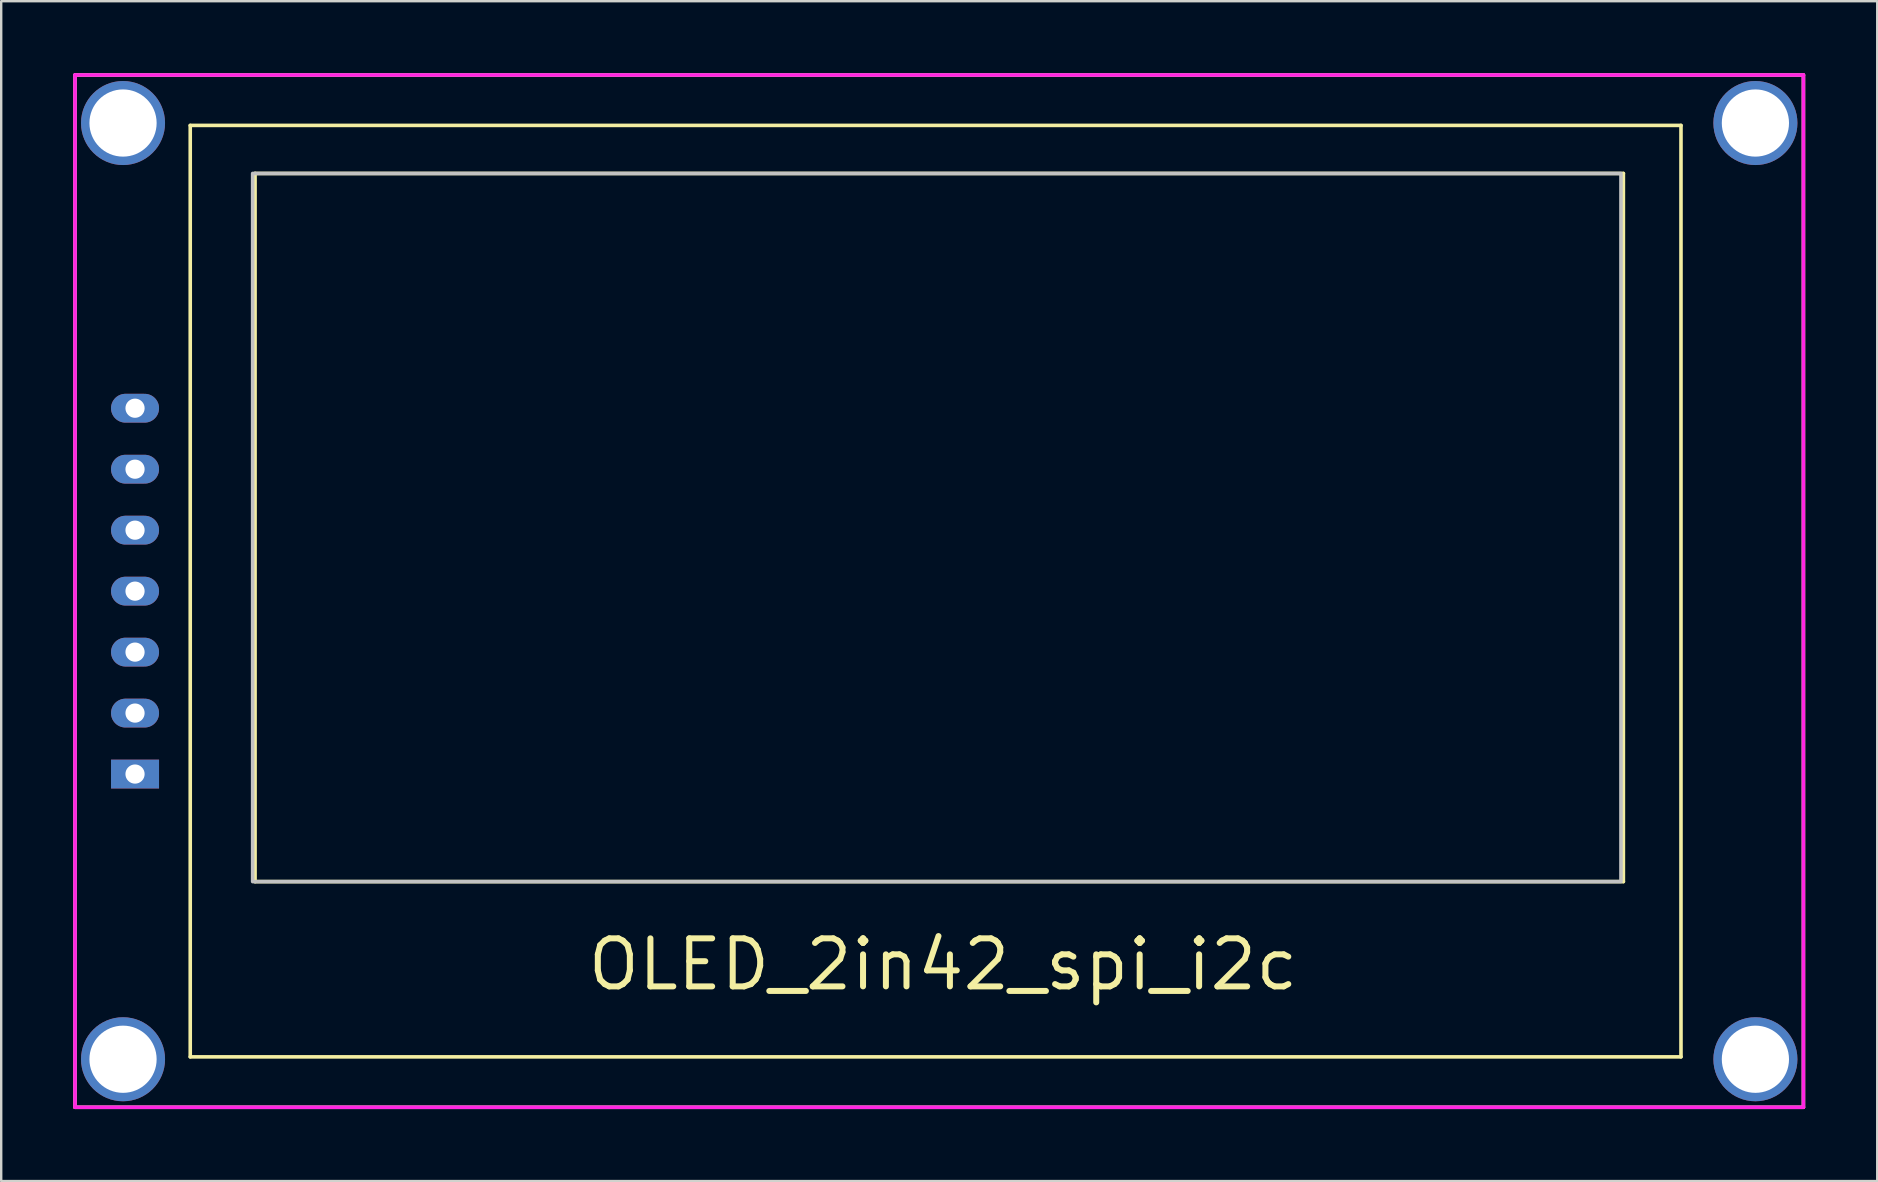
<source format=kicad_pcb>
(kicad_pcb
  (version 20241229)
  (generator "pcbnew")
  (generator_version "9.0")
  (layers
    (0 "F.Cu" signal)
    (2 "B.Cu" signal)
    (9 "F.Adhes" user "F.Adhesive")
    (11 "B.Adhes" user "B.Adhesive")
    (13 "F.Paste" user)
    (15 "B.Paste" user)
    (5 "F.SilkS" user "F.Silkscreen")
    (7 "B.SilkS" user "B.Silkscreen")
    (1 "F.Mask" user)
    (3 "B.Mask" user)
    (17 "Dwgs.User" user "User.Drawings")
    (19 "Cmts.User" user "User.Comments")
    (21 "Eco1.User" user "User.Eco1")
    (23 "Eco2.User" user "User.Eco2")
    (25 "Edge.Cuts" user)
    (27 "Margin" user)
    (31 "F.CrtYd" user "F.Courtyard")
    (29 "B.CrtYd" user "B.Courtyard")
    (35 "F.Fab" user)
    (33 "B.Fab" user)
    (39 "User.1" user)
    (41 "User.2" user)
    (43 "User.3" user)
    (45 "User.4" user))
  (footprint "OLED_2in42_spi_i2c"
    (layer "F.Cu")
    (at 36.143 21.247)
    (property "Reference" "OLED_2in42_spi_i2c" (at 0.092 15.88 0) (layer "F.SilkS") (effects (font (size 2 2) (thickness 0.25))))
    (attr through_hole)
    (fp_line (start -36.068 -21.172) (end -36.068 21.828) (stroke (width 0.15) (type solid)) (layer "F.SilkS"))
    (fp_line (start -36.068 21.828) (end 35.932 21.828) (stroke (width 0.15) (type solid)) (layer "F.SilkS"))
    (fp_line (start -31.268 -19.072) (end 30.832 -19.072) (stroke (width 0.15) (type solid)) (layer "F.SilkS"))
    (fp_line (start -31.268 19.728) (end -31.268 -19.072) (stroke (width 0.15) (type solid)) (layer "F.SilkS"))
    (fp_line (start -28.568 -17.072) (end 28.432 -17.072) (stroke (width 0.15) (type solid)) (layer "F.SilkS"))
    (fp_line (start -28.568 12.428) (end -28.568 -17.072) (stroke (width 0.15) (type solid)) (layer "F.SilkS"))
    (fp_line (start 28.432 -17.072) (end 28.432 12.428) (stroke (width 0.15) (type solid)) (layer "F.SilkS"))
    (fp_line (start 28.432 12.428) (end -28.568 12.428) (stroke (width 0.15) (type solid)) (layer "F.SilkS"))
    (fp_line (start 30.832 -19.072) (end 30.832 19.728) (stroke (width 0.15) (type solid)) (layer "F.SilkS"))
    (fp_line (start 30.832 19.728) (end -31.268 19.728) (stroke (width 0.15) (type solid)) (layer "F.SilkS"))
    (fp_line (start 35.932 -21.172) (end -36.068 -21.172) (stroke (width 0.15) (type solid)) (layer "F.SilkS"))
    (fp_line (start 35.932 21.828) (end 35.932 -21.172) (stroke (width 0.15) (type solid)) (layer "F.SilkS"))
    (fp_poly (pts (xy 28.332 12.428) (xy 28.332 -17.072) (xy -28.668 -17.072) (xy -28.668 12.428)) (stroke (width 0.15) (type solid)) (fill no) (layer "Dwgs.User"))
    (fp_line (start -36.068 -21.172) (end -36.068 21.828) (stroke (width 0.15) (type solid)) (layer "F.CrtYd"))
    (fp_line (start -36.068 21.828) (end 35.932 21.828) (stroke (width 0.15) (type solid)) (layer "F.CrtYd"))
    (fp_line (start 35.932 -21.172) (end -36.068 -21.172) (stroke (width 0.15) (type solid)) (layer "F.CrtYd"))
    (fp_line (start 35.932 21.828) (end 35.932 -21.172) (stroke (width 0.15) (type solid)) (layer "F.CrtYd"))
    (pad "" np_thru_hole circle (at -34.068 -19.172 90) (size 3.5 3.5) (drill 2.8) (layers "*.Cu" "*.Mask"))
    (pad "" np_thru_hole circle (at -34.068 19.828 90) (size 3.5 3.5) (drill 2.8) (layers "*.Cu" "*.Mask"))
    (pad "" np_thru_hole circle (at 33.932 -19.172 90) (size 3.5 3.5) (drill 2.8) (layers "*.Cu" "*.Mask"))
    (pad "" np_thru_hole circle (at 33.932 19.828 90) (size 3.5 3.5) (drill 2.8) (layers "*.Cu" "*.Mask"))
    (pad "1" thru_hole rect (at -33.568 7.948 90) (size 1.2 2) (drill 0.8) (layers "*.Cu" "*.Mask"))
    (pad "2" thru_hole oval (at -33.568 5.408 90) (size 1.2 2) (drill 0.8) (layers "*.Cu" "*.Mask"))
    (pad "3" thru_hole oval (at -33.568 2.868 90) (size 1.2 2) (drill 0.8) (layers "*.Cu" "*.Mask"))
    (pad "4" thru_hole oval (at -33.568 0.328 90) (size 1.2 2) (drill 0.8) (layers "*.Cu" "*.Mask"))
    (pad "5" thru_hole oval (at -33.568 -2.212 90) (size 1.2 2) (drill 0.8) (layers "*.Cu" "*.Mask"))
    (pad "6" thru_hole oval (at -33.568 -4.752 90) (size 1.2 2) (drill 0.8) (layers "*.Cu" "*.Mask"))
    (pad "7" thru_hole oval (at -33.568 -7.292 90) (size 1.2 2) (drill 0.8) (layers "*.Cu" "*.Mask")))
  (gr_rect
    (start -3 -3)
    (end 75.15 46.15)
    (stroke (width 0.1) (type default))
    (fill no)
    (layer "Edge.Cuts")))
</source>
